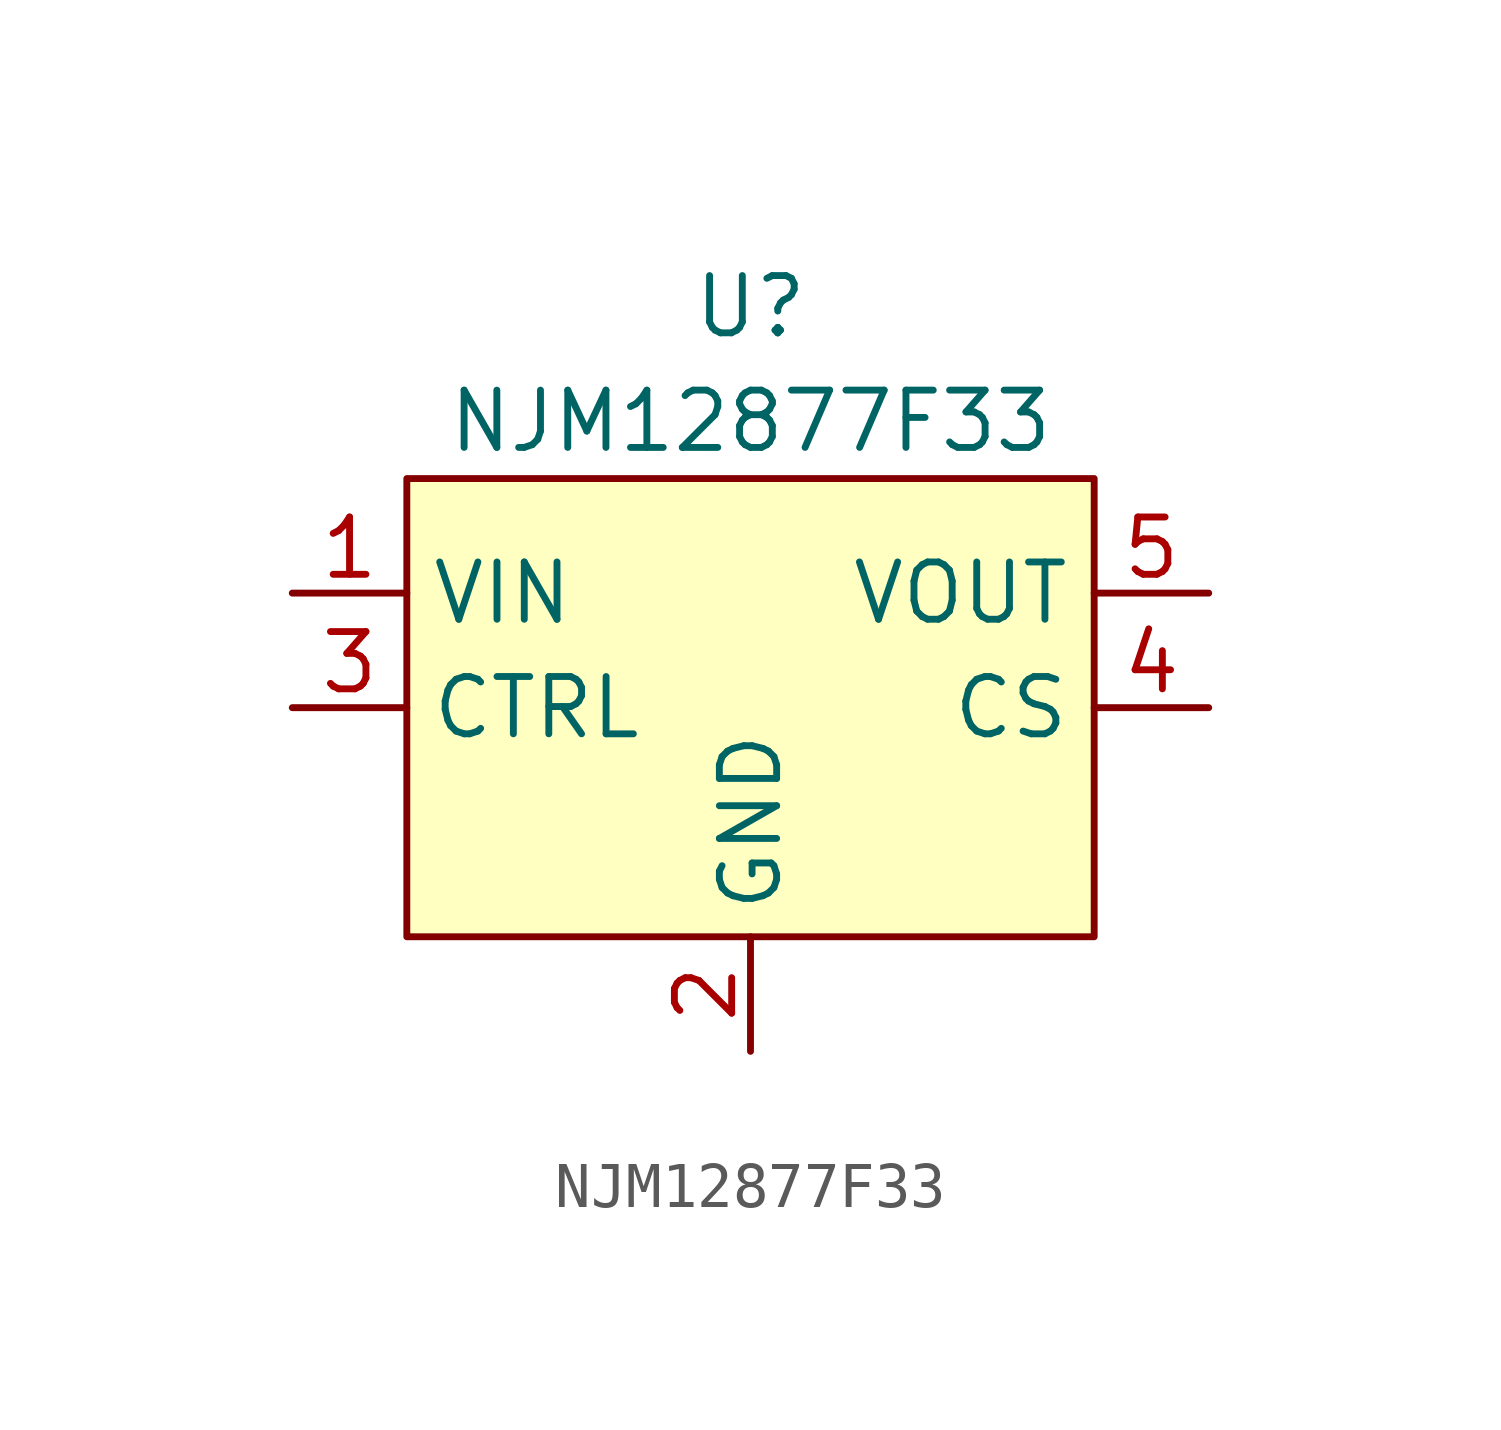
<source format=kicad_sym>
(kicad_symbol_lib
  (version 20220914)
  (generator kicad_symbol_editor)
  (symbol "NJM12877F33"
    (property "Reference" "U"
      (at 0 8.89 0)
      (effects (font (size 1.27 1.27))))
    (property "Value" "NJM12877F33"
      (at 0 6.35 0)
      (effects (font (size 1.27 1.27))))
    (symbol "NJM12877F33_0_1"
      (rectangle (start -7.62 -5.08) (end 7.62 5.08) (stroke (width 0) (type default)) (fill (type background))))
    (symbol "NJM12877F33_1_1"
      (pin power_in line (at -10.16 2.54 0) (length 2.54) (name "VIN" (effects (font (size 1.27 1.27)))) (number "1" (effects (font (size 1.27 1.27)))))
      (pin power_in line (at 0 -7.62 90) (length 2.54) (name "GND" (effects (font (size 1.27 1.27)))) (number "2" (effects (font (size 1.27 1.27)))))
      (pin input line (at -10.16 0 0) (length 2.54) (name "CTRL" (effects (font (size 1.27 1.27)))) (number "3" (effects (font (size 1.27 1.27)))))
      (pin passive line (at 10.16 0 180) (length 2.54) (name "CS" (effects (font (size 1.27 1.27)))) (number "4" (effects (font (size 1.27 1.27)))))
      (pin power_out line (at 10.16 2.54 180) (length 2.54) (name "VOUT" (effects (font (size 1.27 1.27)))) (number "5" (effects (font (size 1.27 1.27))))))))
</source>
